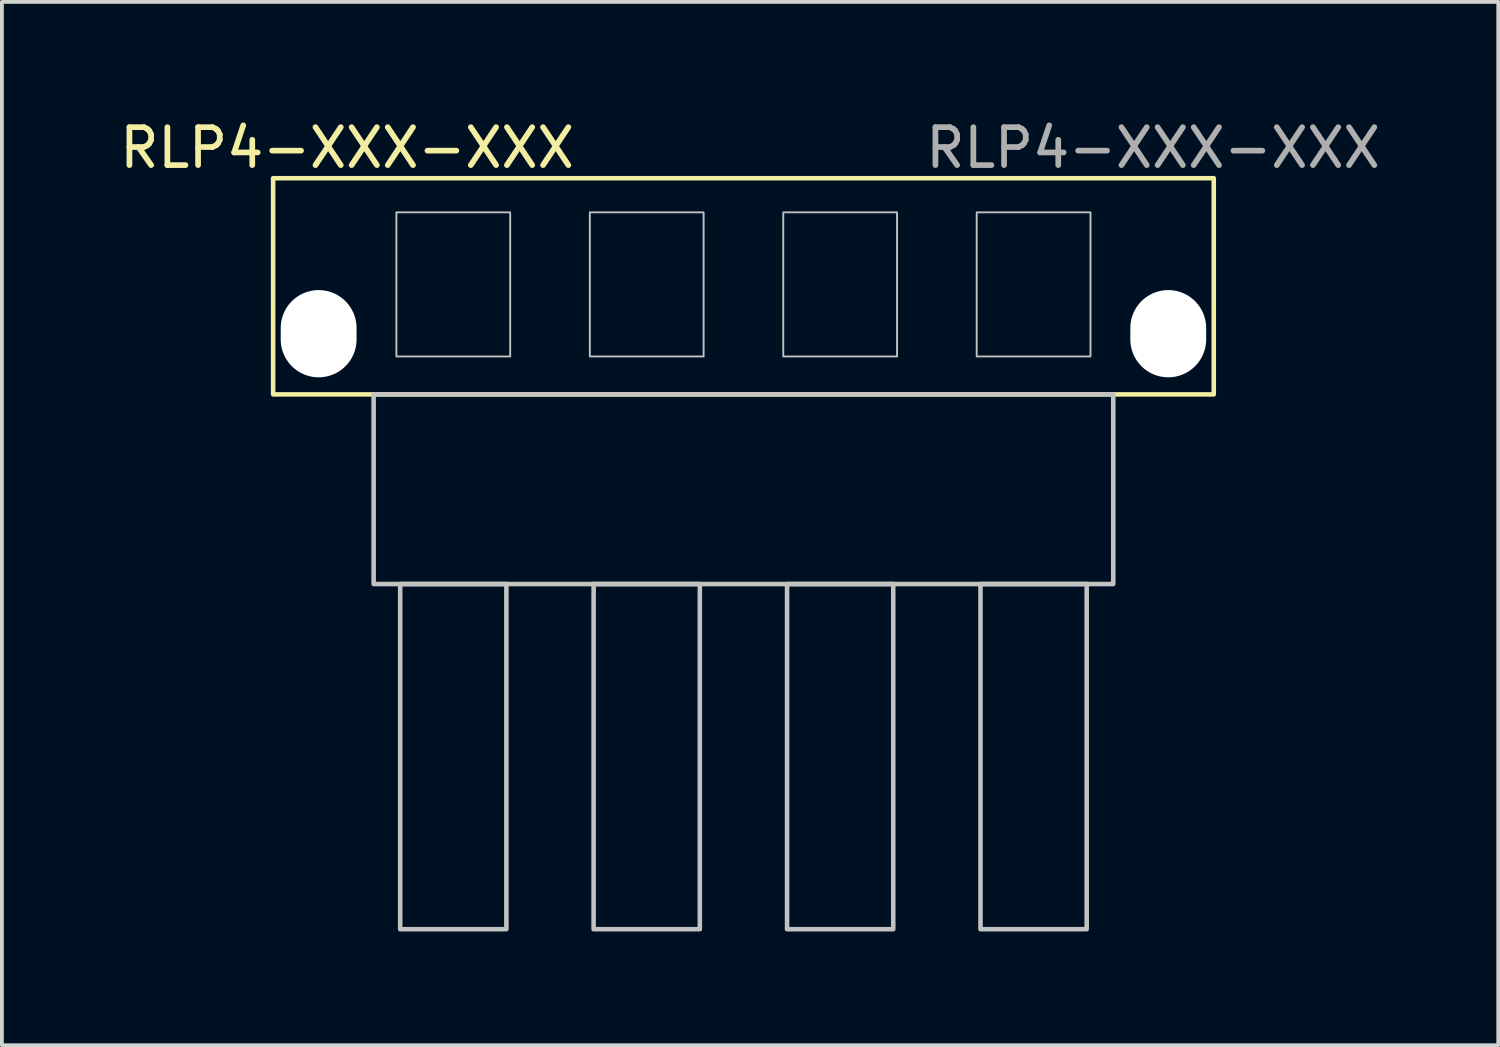
<source format=kicad_pcb>
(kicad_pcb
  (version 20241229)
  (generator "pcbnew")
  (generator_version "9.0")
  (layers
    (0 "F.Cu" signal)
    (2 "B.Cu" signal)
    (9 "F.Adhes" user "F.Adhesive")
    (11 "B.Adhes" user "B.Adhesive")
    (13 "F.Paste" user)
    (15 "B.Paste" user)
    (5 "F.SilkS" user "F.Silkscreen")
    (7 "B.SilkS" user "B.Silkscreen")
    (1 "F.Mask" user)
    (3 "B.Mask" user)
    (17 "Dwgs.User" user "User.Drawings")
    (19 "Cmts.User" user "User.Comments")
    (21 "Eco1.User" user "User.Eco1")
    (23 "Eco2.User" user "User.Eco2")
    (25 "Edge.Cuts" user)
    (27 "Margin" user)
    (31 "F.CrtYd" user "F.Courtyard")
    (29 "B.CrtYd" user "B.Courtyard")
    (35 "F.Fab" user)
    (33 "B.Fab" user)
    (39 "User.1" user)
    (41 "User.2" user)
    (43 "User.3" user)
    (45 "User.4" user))
  (footprint "RLP4-XXX-XXX"
    (layer "F.Cu")
    (at 16.551 4.448)
    (property "Reference" "RLP4-XXX-XXX" (at -10.45 -3.6 0) (unlocked yes) (layer "F.SilkS") (effects (font (size 1 1) (thickness 0.15))))
    (attr smd)
    (fp_rect (start 12.4 2.9) (end -12.4 -2.8) (stroke (width 0.12) (type solid)) (fill no) (layer "F.SilkS"))
    (fp_rect (start -9.75 2.9) (end 9.75 7.9) (stroke (width 0.12) (type solid)) (fill no) (layer "Dwgs.User"))
    (fp_rect (start -9.15 -1.9) (end -6.15 1.9) (stroke (width 0.05) (type solid)) (fill no) (layer "Dwgs.User"))
    (fp_rect (start -6.25 17) (end -9.05 7.9) (stroke (width 0.12) (type solid)) (fill no) (layer "Dwgs.User"))
    (fp_rect (start -4.05 -1.9) (end -1.05 1.9) (stroke (width 0.05) (type solid)) (fill no) (layer "Dwgs.User"))
    (fp_rect (start -1.15 17) (end -3.95 7.9) (stroke (width 0.12) (type solid)) (fill no) (layer "Dwgs.User"))
    (fp_rect (start 1.05 -1.9) (end 4.05 1.9) (stroke (width 0.05) (type solid)) (fill no) (layer "Dwgs.User"))
    (fp_rect (start 3.95 17) (end 1.15 7.9) (stroke (width 0.12) (type solid)) (fill no) (layer "Dwgs.User"))
    (fp_rect (start 6.15 -1.9) (end 9.15 1.9) (stroke (width 0.05) (type solid)) (fill no) (layer "Dwgs.User"))
    (fp_rect (start 9.05 17) (end 6.25 7.9) (stroke (width 0.12) (type solid)) (fill no) (layer "Dwgs.User"))
    (fp_text user "${REFERENCE}" (at 10.8 -3.6 0) (unlocked yes) (layer "F.Fab") (effects (font (size 1 1) (thickness 0.15))))
    (pad "" np_thru_hole oval (at -11.2 1.3 90) (size 2.3 2) (drill oval 2.3 2) (layers "*.Cu" "*.Mask"))
    (pad "" np_thru_hole oval (at 11.2 1.3 90) (size 2.3 2) (drill oval 2.3 2) (layers "*.Cu" "*.Mask")))
  (gr_rect
    (start -3 -3)
    (end 36.452 24.508)
    (stroke (width 0.1) (type default))
    (fill no)
    (layer "Edge.Cuts")))
</source>
